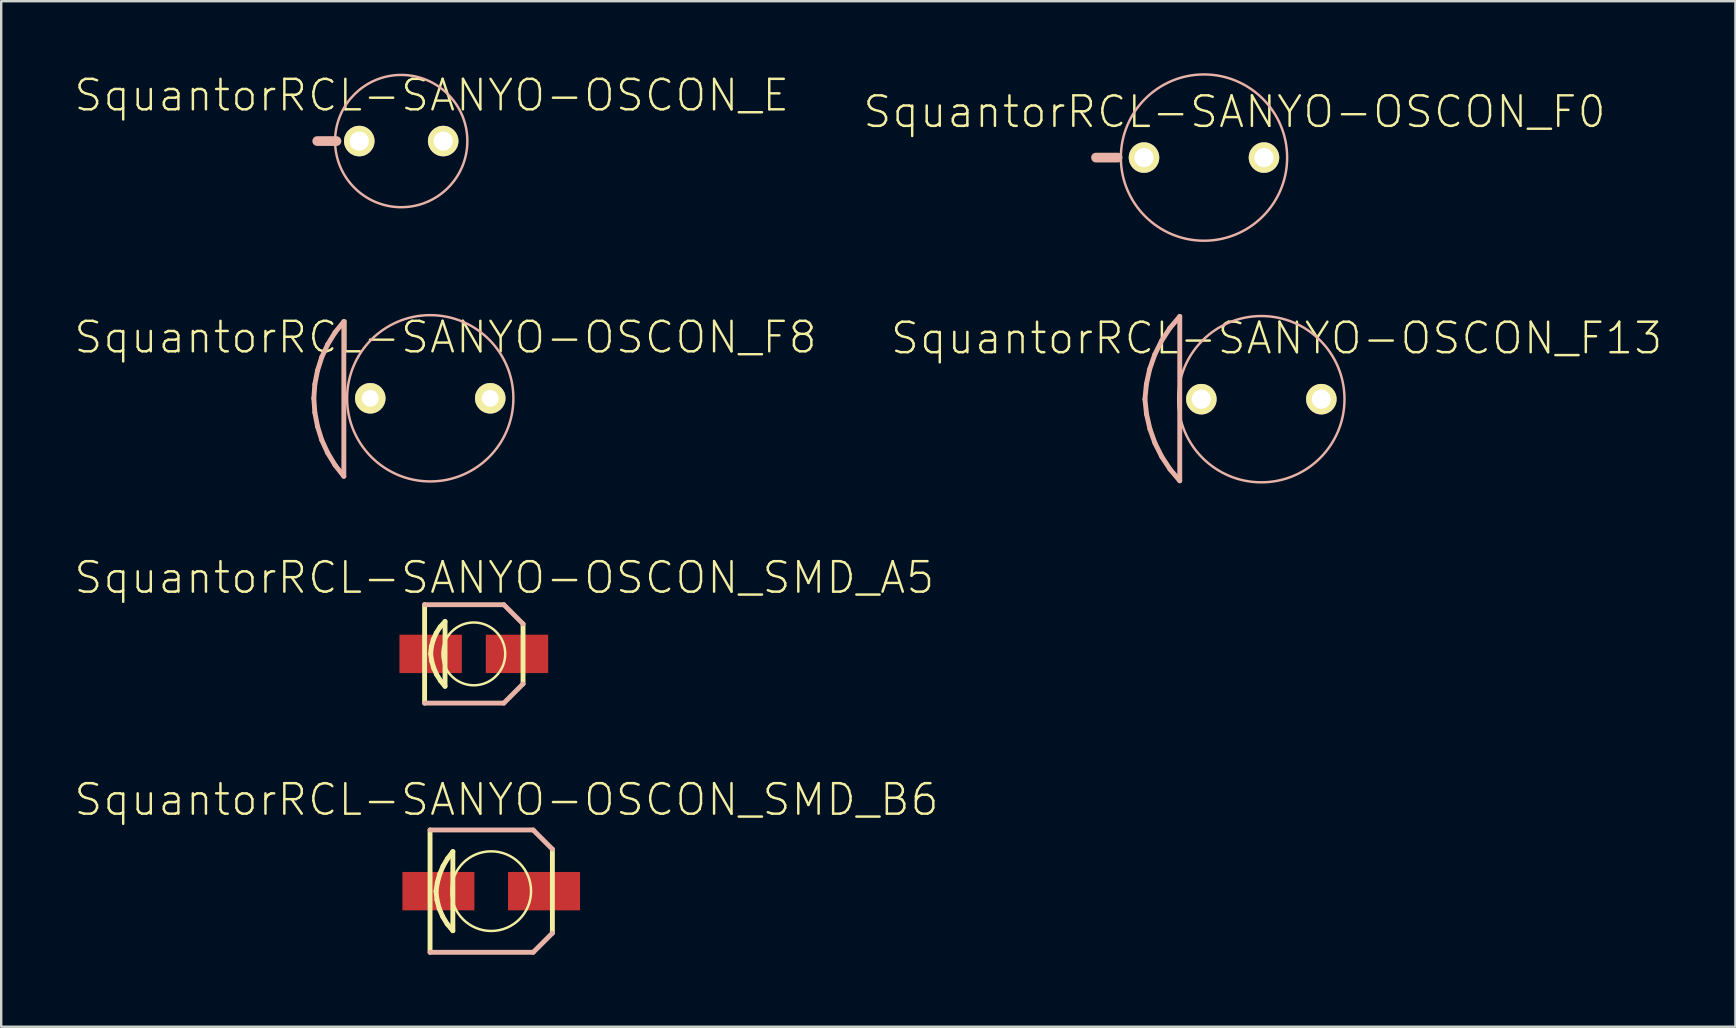
<source format=kicad_pcb>
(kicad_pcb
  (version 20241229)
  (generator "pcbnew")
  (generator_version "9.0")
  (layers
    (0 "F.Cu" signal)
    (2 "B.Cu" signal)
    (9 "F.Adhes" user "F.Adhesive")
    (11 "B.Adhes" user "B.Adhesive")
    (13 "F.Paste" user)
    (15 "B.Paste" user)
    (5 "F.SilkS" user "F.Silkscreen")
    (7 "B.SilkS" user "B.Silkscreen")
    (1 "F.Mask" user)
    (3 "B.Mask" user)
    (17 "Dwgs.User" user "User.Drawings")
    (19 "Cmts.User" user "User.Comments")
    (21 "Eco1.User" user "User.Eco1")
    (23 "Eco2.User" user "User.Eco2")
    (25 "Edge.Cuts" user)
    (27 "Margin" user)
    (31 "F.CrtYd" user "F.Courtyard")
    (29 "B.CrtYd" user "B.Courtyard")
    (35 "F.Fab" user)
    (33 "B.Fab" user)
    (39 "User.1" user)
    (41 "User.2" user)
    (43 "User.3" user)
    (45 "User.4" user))
  (footprint "SquantorRCL-SANYO-OSCON_F0"
    (layer "F.Cu")
    (at 47.103 3.514)
    (property "Reference" "SquantorRCL-SANYO-OSCON_F0" (at 1.27 -1.905 0) (layer "F.SilkS") (effects (font (size 1.27 1.27) (thickness 0.102))))
    (attr exclude_from_pos_files exclude_from_bom)
    (fp_line (start -4.498 0) (end -3.599 0) (stroke (width 0.406) (type solid)) (layer "B.SilkS"))
    (fp_circle (center 0 0) (end -2.449 2.449) (stroke (width 0.102) (type solid)) (fill no) (layer "B.SilkS"))
    (pad "+" thru_hole circle (at 2.499 0) (size 1.27 1.27) (drill 0.798) (layers "*.Cu" "F.Mask" "F.SilkS" "F.Paste"))
    (pad "-" thru_hole circle (at -2.499 0) (size 1.27 1.27) (drill 0.798) (layers "*.Cu" "F.Mask" "F.SilkS" "F.Paste")))
  (footprint "SquantorRCL-SANYO-OSCON_SMD_A5"
    (layer "F.Cu")
    (at 16.687 24.188)
    (property "Reference" "SquantorRCL-SANYO-OSCON_SMD_A5" (at 1.27 -3.175 0) (layer "F.SilkS") (effects (font (size 1.27 1.27) (thickness 0.102))))
    (attr smd)
    (fp_line (start -2.05 2.05) (end -2.05 -2.05) (stroke (width 0.203) (type solid)) (layer "F.SilkS"))
    (fp_line (start -1.798 0) (end -1.755 0.297) (stroke (width 0.203) (type solid)) (layer "F.SilkS"))
    (fp_line (start -1.768 -0.3) (end -1.798 0) (stroke (width 0.203) (type solid)) (layer "F.SilkS"))
    (fp_line (start -1.755 0.297) (end -1.671 0.587) (stroke (width 0.203) (type solid)) (layer "F.SilkS"))
    (fp_line (start -1.689 -0.592) (end -1.768 -0.3) (stroke (width 0.203) (type solid)) (layer "F.SilkS"))
    (fp_line (start -1.671 0.587) (end -1.549 0.861) (stroke (width 0.203) (type solid)) (layer "F.SilkS"))
    (fp_line (start -1.565 -0.869) (end -1.689 -0.592) (stroke (width 0.203) (type solid)) (layer "F.SilkS"))
    (fp_line (start -1.549 0.861) (end -1.389 1.118) (stroke (width 0.203) (type solid)) (layer "F.SilkS"))
    (fp_line (start -1.402 -1.123) (end -1.565 -0.869) (stroke (width 0.203) (type solid)) (layer "F.SilkS"))
    (fp_line (start -1.389 1.118) (end -1.199 1.349) (stroke (width 0.203) (type solid)) (layer "F.SilkS"))
    (fp_line (start -1.199 -1.349) (end -1.402 -1.123) (stroke (width 0.203) (type solid)) (layer "F.SilkS"))
    (fp_line (start -1.199 1.349) (end -1.199 -1.349) (stroke (width 0.203) (type solid)) (layer "F.SilkS"))
    (fp_line (start 2.05 -1.25) (end 2.05 1.25) (stroke (width 0.203) (type solid)) (layer "F.SilkS"))
    (fp_circle (center 0 0) (end -0.925 0.925) (stroke (width 0.102) (type solid)) (fill no) (layer "F.SilkS"))
    (fp_line (start -2.05 -2.05) (end 1.25 -2.05) (stroke (width 0.203) (type solid)) (layer "B.SilkS"))
    (fp_line (start 1.25 -2.05) (end 2.05 -1.25) (stroke (width 0.203) (type solid)) (layer "B.SilkS"))
    (fp_line (start 1.25 2.05) (end -2.05 2.05) (stroke (width 0.203) (type solid)) (layer "B.SilkS"))
    (fp_line (start 2.05 1.25) (end 1.25 2.05) (stroke (width 0.203) (type solid)) (layer "B.SilkS"))
    (pad "+" smd rect (at 1.798 0) (size 2.598 1.598) (layers "F.Cu" "F.Mask" "F.Paste"))
    (pad "-" smd rect (at -1.798 0) (size 2.598 1.598) (layers "F.Cu" "F.Mask" "F.Paste")))
  (footprint "SquantorRCL-SANYO-OSCON_E"
    (layer "F.Cu")
    (at 13.663 2.826)
    (property "Reference" "SquantorRCL-SANYO-OSCON_E" (at 1.27 -1.905 0) (layer "F.SilkS") (effects (font (size 1.27 1.27) (thickness 0.102))))
    (attr exclude_from_pos_files exclude_from_bom)
    (fp_line (start -3.498 0) (end -2.697 0) (stroke (width 0.406) (type solid)) (layer "B.SilkS"))
    (fp_circle (center 0 0) (end -1.948 1.948) (stroke (width 0.102) (type solid)) (fill no) (layer "B.SilkS"))
    (pad "+" thru_hole circle (at 1.748 0) (size 1.27 1.27) (drill 0.798) (layers "*.Cu" "F.Mask" "F.SilkS" "F.Paste"))
    (pad "-" thru_hole circle (at -1.748 0) (size 1.27 1.27) (drill 0.798) (layers "*.Cu" "F.Mask" "F.SilkS" "F.Paste")))
  (footprint "SquantorRCL-SANYO-OSCON_F13"
    (layer "F.Cu")
    (at 49.492 13.578)
    (property "Reference" "SquantorRCL-SANYO-OSCON_F13" (at 0.635 -2.54 0) (layer "F.SilkS") (effects (font (size 1.27 1.27) (thickness 0.102))))
    (attr exclude_from_pos_files exclude_from_bom)
    (fp_line (start -4.849 0) (end -4.788 -0.632) (stroke (width 0.203) (type solid)) (layer "B.SilkS"))
    (fp_line (start -4.788 -0.632) (end -4.651 -1.255) (stroke (width 0.203) (type solid)) (layer "B.SilkS"))
    (fp_line (start -4.783 0.625) (end -4.849 0) (stroke (width 0.203) (type solid)) (layer "B.SilkS"))
    (fp_line (start -4.651 -1.255) (end -4.44 -1.857) (stroke (width 0.203) (type solid)) (layer "B.SilkS"))
    (fp_line (start -4.643 1.237) (end -4.783 0.625) (stroke (width 0.203) (type solid)) (layer "B.SilkS"))
    (fp_line (start -4.44 -1.857) (end -4.158 -2.428) (stroke (width 0.203) (type solid)) (layer "B.SilkS"))
    (fp_line (start -4.432 1.829) (end -4.643 1.237) (stroke (width 0.203) (type solid)) (layer "B.SilkS"))
    (fp_line (start -4.158 -2.428) (end -3.81 -2.962) (stroke (width 0.203) (type solid)) (layer "B.SilkS"))
    (fp_line (start -4.15 2.393) (end -4.432 1.829) (stroke (width 0.203) (type solid)) (layer "B.SilkS"))
    (fp_line (start -3.81 -2.962) (end -3.399 -3.449) (stroke (width 0.203) (type solid)) (layer "B.SilkS"))
    (fp_line (start -3.805 2.918) (end -4.15 2.393) (stroke (width 0.203) (type solid)) (layer "B.SilkS"))
    (fp_line (start -3.399 -3.449) (end -3.399 3.399) (stroke (width 0.203) (type solid)) (layer "B.SilkS"))
    (fp_line (start -3.399 3.399) (end -3.805 2.918) (stroke (width 0.203) (type solid)) (layer "B.SilkS"))
    (fp_circle (center 0 0) (end -2.449 2.449) (stroke (width 0.102) (type solid)) (fill no) (layer "B.SilkS"))
    (pad "+" thru_hole circle (at 2.499 0) (size 1.27 1.27) (drill 0.798) (layers "*.Cu" "F.Mask" "F.SilkS" "F.Paste"))
    (pad "-" thru_hole circle (at -2.499 0) (size 1.27 1.27) (drill 0.798) (layers "*.Cu" "F.Mask" "F.SilkS" "F.Paste")))
  (footprint "SquantorRCL-SANYO-OSCON_F8"
    (layer "F.Cu")
    (at 14.872 13.541)
    (property "Reference" "SquantorRCL-SANYO-OSCON_F8" (at 0.635 -2.54 0) (layer "F.SilkS") (effects (font (size 1.27 1.27) (thickness 0.102))))
    (attr exclude_from_pos_files exclude_from_bom)
    (fp_line (start -4.849 0) (end -4.808 -0.582) (stroke (width 0.203) (type solid)) (layer "B.SilkS"))
    (fp_line (start -4.808 -0.582) (end -4.696 -1.156) (stroke (width 0.203) (type solid)) (layer "B.SilkS"))
    (fp_line (start -4.808 0.589) (end -4.849 0) (stroke (width 0.203) (type solid)) (layer "B.SilkS"))
    (fp_line (start -4.696 -1.156) (end -4.519 -1.714) (stroke (width 0.203) (type solid)) (layer "B.SilkS"))
    (fp_line (start -4.696 1.171) (end -4.808 0.589) (stroke (width 0.203) (type solid)) (layer "B.SilkS"))
    (fp_line (start -4.519 -1.714) (end -4.272 -2.245) (stroke (width 0.203) (type solid)) (layer "B.SilkS"))
    (fp_line (start -4.519 1.737) (end -4.696 1.171) (stroke (width 0.203) (type solid)) (layer "B.SilkS"))
    (fp_line (start -4.272 -2.245) (end -3.965 -2.743) (stroke (width 0.203) (type solid)) (layer "B.SilkS"))
    (fp_line (start -4.272 2.276) (end -4.519 1.737) (stroke (width 0.203) (type solid)) (layer "B.SilkS"))
    (fp_line (start -3.965 -2.743) (end -3.599 -3.198) (stroke (width 0.203) (type solid)) (layer "B.SilkS"))
    (fp_line (start -3.965 2.784) (end -4.272 2.276) (stroke (width 0.203) (type solid)) (layer "B.SilkS"))
    (fp_line (start -3.599 -3.198) (end -3.599 3.249) (stroke (width 0.203) (type solid)) (layer "B.SilkS"))
    (fp_line (start -3.599 3.249) (end -3.965 2.784) (stroke (width 0.203) (type solid)) (layer "B.SilkS"))
    (fp_circle (center 0 0) (end -2.449 2.449) (stroke (width 0.102) (type solid)) (fill no) (layer "B.SilkS"))
    (pad "+" thru_hole circle (at 2.499 0) (size 1.27 1.27) (drill 0.699) (layers "*.Cu" "F.Mask" "F.SilkS" "F.Paste"))
    (pad "-" thru_hole circle (at -2.499 0) (size 1.27 1.27) (drill 0.699) (layers "*.Cu" "F.Mask" "F.SilkS" "F.Paste")))
  (footprint "SquantorRCL-SANYO-OSCON_SMD_B6"
    (layer "F.Cu")
    (at 17.412 34.071)
    (property "Reference" "SquantorRCL-SANYO-OSCON_SMD_B6" (at 0.635 -3.81 0) (layer "F.SilkS") (effects (font (size 1.27 1.27) (thickness 0.102))))
    (attr smd)
    (fp_line (start -2.548 2.548) (end -2.548 -2.548) (stroke (width 0.203) (type solid)) (layer "F.SilkS"))
    (fp_line (start -2.299 0) (end -2.261 0.363) (stroke (width 0.203) (type solid)) (layer "F.SilkS"))
    (fp_line (start -2.261 0.363) (end -2.169 0.719) (stroke (width 0.203) (type solid)) (layer "F.SilkS"))
    (fp_line (start -2.245 -0.358) (end -2.299 0) (stroke (width 0.203) (type solid)) (layer "F.SilkS"))
    (fp_line (start -2.169 0.719) (end -2.024 1.054) (stroke (width 0.203) (type solid)) (layer "F.SilkS"))
    (fp_line (start -2.146 -0.709) (end -2.245 -0.358) (stroke (width 0.203) (type solid)) (layer "F.SilkS"))
    (fp_line (start -2.024 1.054) (end -1.834 1.367) (stroke (width 0.203) (type solid)) (layer "F.SilkS"))
    (fp_line (start -2.004 -1.044) (end -2.146 -0.709) (stroke (width 0.203) (type solid)) (layer "F.SilkS"))
    (fp_line (start -1.834 1.367) (end -1.598 1.648) (stroke (width 0.203) (type solid)) (layer "F.SilkS"))
    (fp_line (start -1.819 -1.359) (end -2.004 -1.044) (stroke (width 0.203) (type solid)) (layer "F.SilkS"))
    (fp_line (start -1.598 -1.648) (end -1.819 -1.359) (stroke (width 0.203) (type solid)) (layer "F.SilkS"))
    (fp_line (start -1.598 1.648) (end -1.598 -1.648) (stroke (width 0.203) (type solid)) (layer "F.SilkS"))
    (fp_line (start 2.548 -1.748) (end 2.548 1.748) (stroke (width 0.203) (type solid)) (layer "F.SilkS"))
    (fp_circle (center 0 0) (end -1.173 1.173) (stroke (width 0.102) (type solid)) (fill no) (layer "F.SilkS"))
    (fp_line (start -2.548 -2.548) (end 1.748 -2.548) (stroke (width 0.203) (type solid)) (layer "B.SilkS"))
    (fp_line (start 1.748 -2.548) (end 2.548 -1.748) (stroke (width 0.203) (type solid)) (layer "B.SilkS"))
    (fp_line (start 1.748 2.548) (end -2.548 2.548) (stroke (width 0.203) (type solid)) (layer "B.SilkS"))
    (fp_line (start 2.548 1.748) (end 1.748 2.548) (stroke (width 0.203) (type solid)) (layer "B.SilkS"))
    (pad "+" smd rect (at 2.2 0) (size 3 1.598) (layers "F.Cu" "F.Mask" "F.Paste"))
    (pad "-" smd rect (at -2.2 0) (size 3 1.598) (layers "F.Cu" "F.Mask" "F.Paste")))
  (gr_rect
    (start -3 -3)
    (end 69.239 39.72)
    (stroke (width 0.1) (type default))
    (fill no)
    (layer "Edge.Cuts")))
</source>
